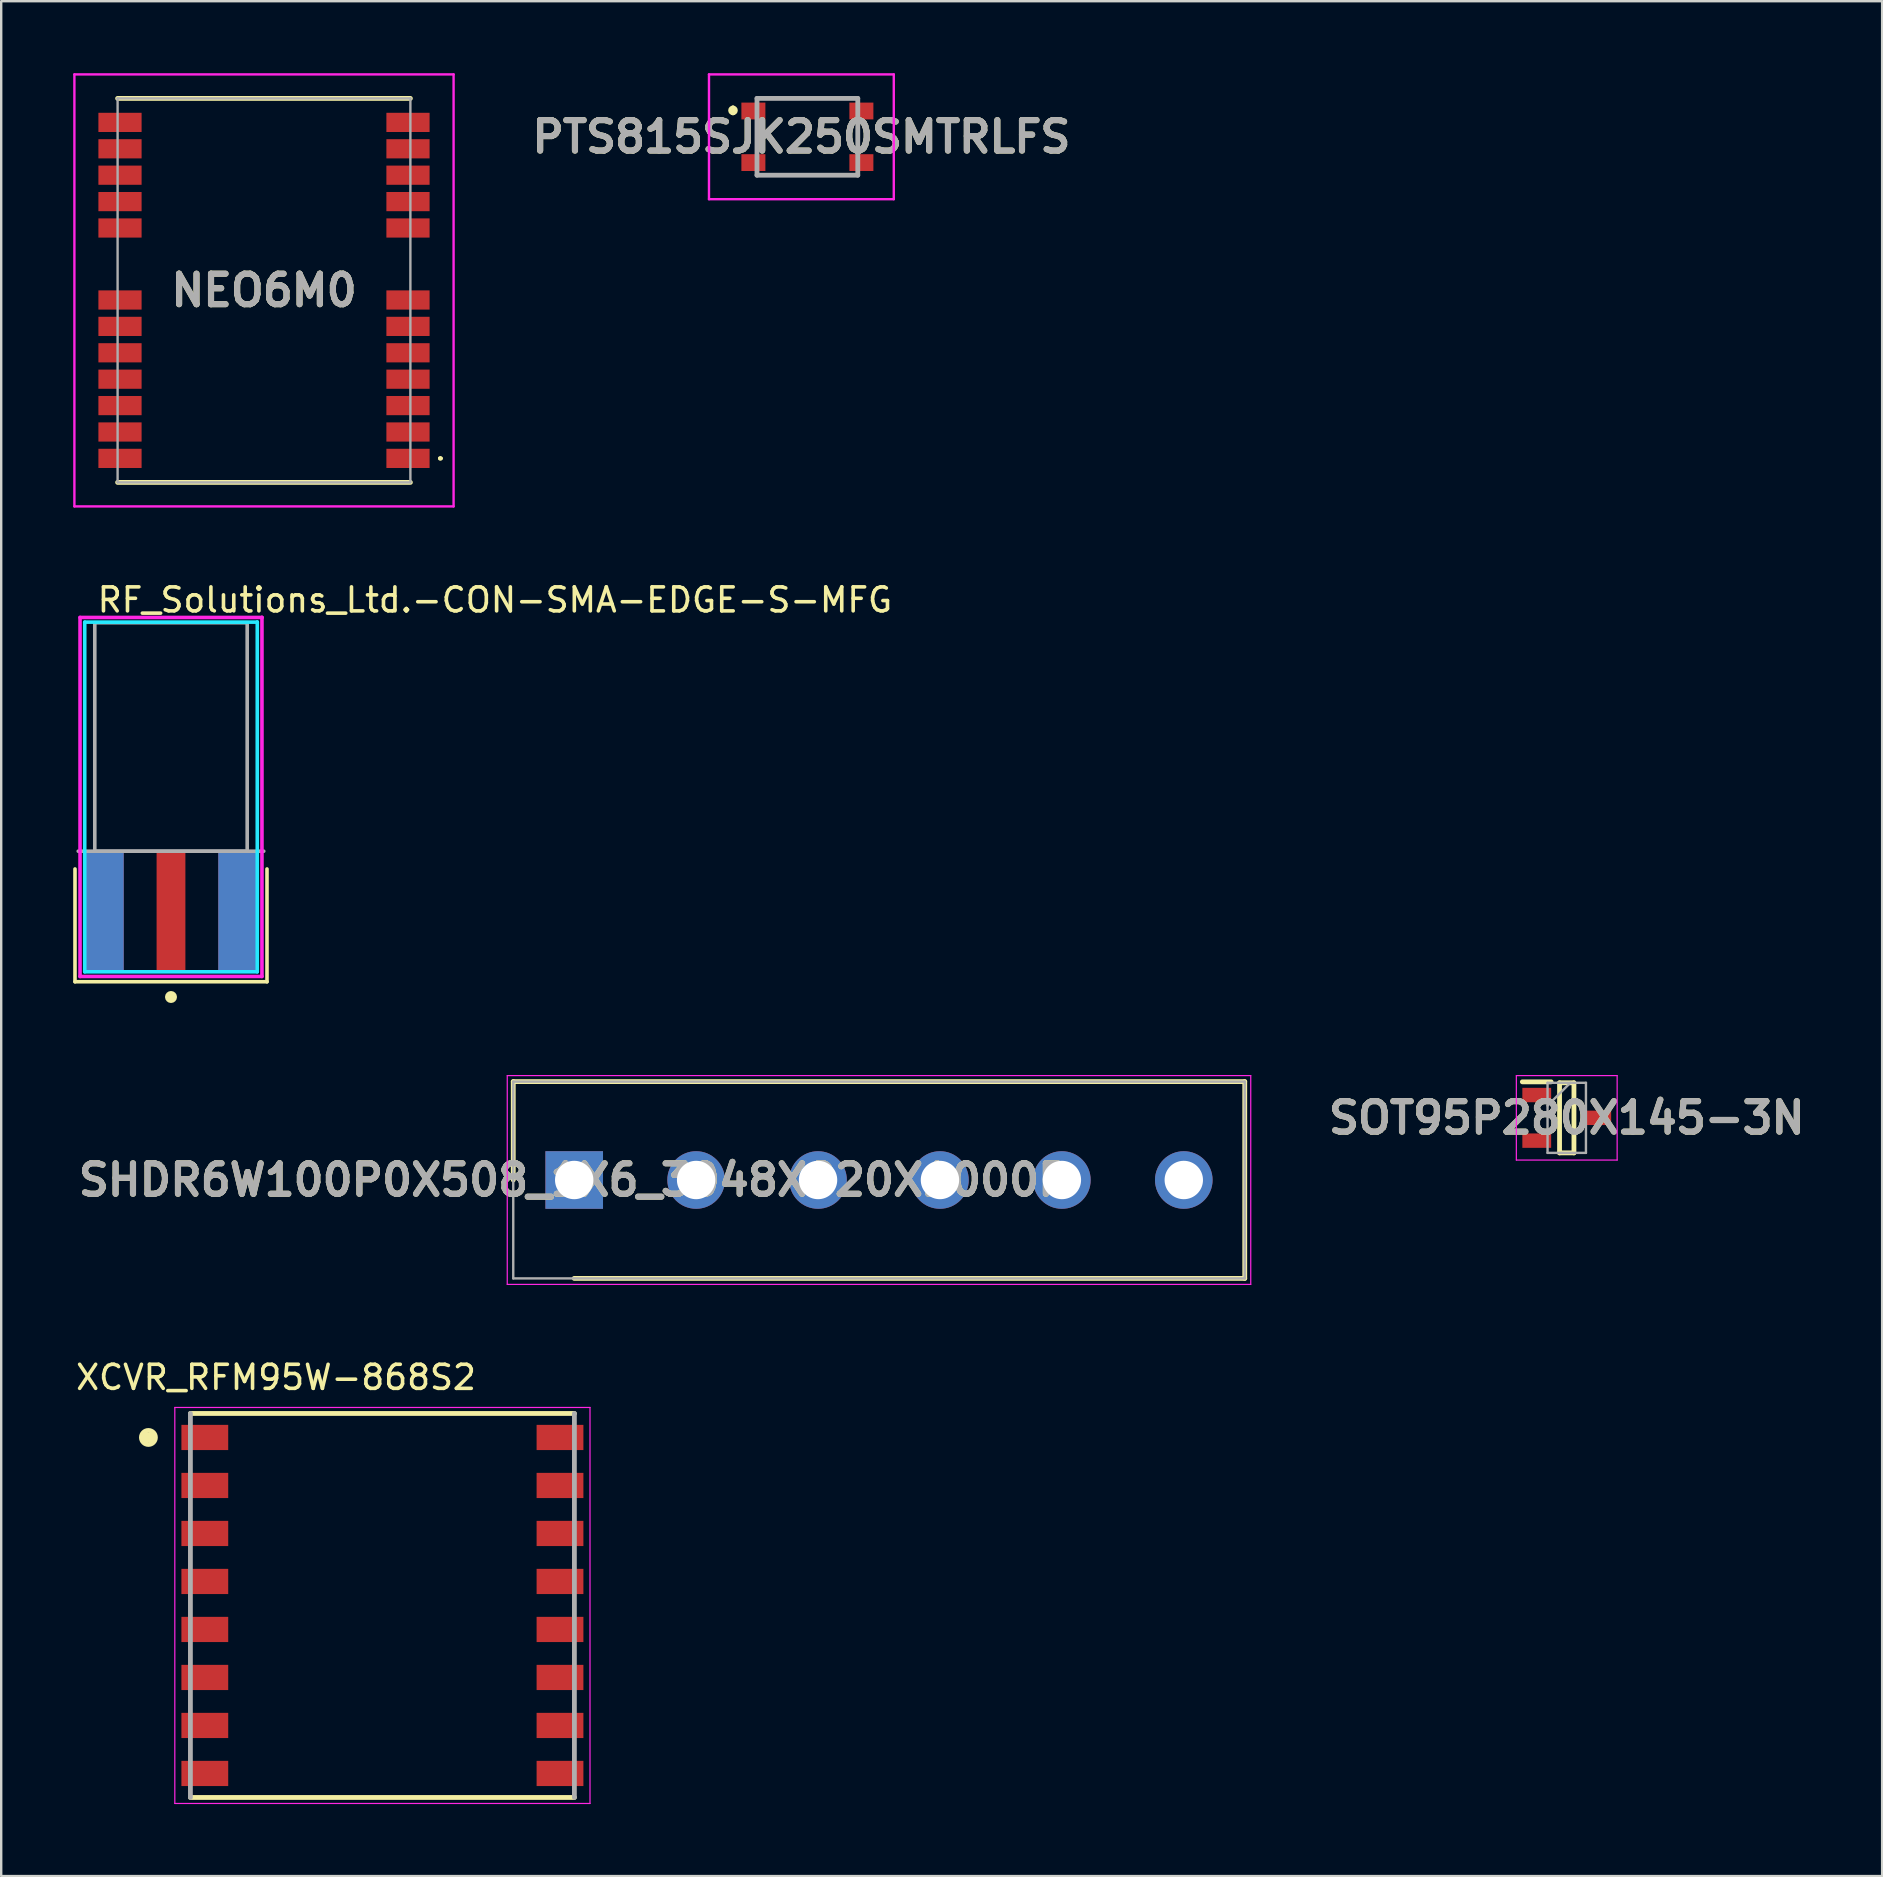
<source format=kicad_pcb>
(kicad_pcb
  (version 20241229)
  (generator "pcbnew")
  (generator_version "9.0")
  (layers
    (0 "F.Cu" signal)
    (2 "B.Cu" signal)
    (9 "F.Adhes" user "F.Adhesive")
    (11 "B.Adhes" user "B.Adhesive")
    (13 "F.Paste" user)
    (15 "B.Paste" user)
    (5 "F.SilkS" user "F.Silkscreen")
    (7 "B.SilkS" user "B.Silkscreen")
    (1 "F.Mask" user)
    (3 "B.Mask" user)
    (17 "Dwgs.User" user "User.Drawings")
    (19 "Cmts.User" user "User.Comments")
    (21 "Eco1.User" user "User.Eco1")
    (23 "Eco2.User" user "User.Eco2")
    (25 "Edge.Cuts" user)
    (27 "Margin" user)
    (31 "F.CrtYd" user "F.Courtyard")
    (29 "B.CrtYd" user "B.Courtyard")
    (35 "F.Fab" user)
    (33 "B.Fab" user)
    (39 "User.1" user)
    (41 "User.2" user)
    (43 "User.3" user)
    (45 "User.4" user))
  (footprint "PTS815SJK250SMTRLFS"
    (layer "F.Cu")
    (at 30.592 2.65)
    (property "Reference" "PTS815SJK250SMTRLFS" (at -0.25 0 0) (layer "F.SilkS") (effects (font (size 1.27 1.27) (thickness 0.254))))
    (attr smd)
    (fp_line (start -3.1 -1.2) (end -3.1 -1.2) (stroke (width 0.2) (type solid)) (layer "F.SilkS"))
    (fp_line (start -3.1 -1) (end -3.1 -1) (stroke (width 0.2) (type solid)) (layer "F.SilkS"))
    (fp_line (start -2.1 -1.6) (end 2.075 -1.6) (stroke (width 0.1) (type solid)) (layer "F.SilkS"))
    (fp_line (start -2.1 1.6) (end 2.075 1.6) (stroke (width 0.1) (type solid)) (layer "F.SilkS"))
    (fp_arc (start -3.1 -1.2) (mid -3 -1.1) (end -3.1 -1) (stroke (width 0.2) (type solid)) (layer "F.SilkS"))
    (fp_arc (start -3.1 -1) (mid -3.2 -1.1) (end -3.1 -1.2) (stroke (width 0.2) (type solid)) (layer "F.SilkS"))
    (fp_line (start -4.1 -2.6) (end 3.6 -2.6) (stroke (width 0.1) (type solid)) (layer "F.CrtYd"))
    (fp_line (start -4.1 2.6) (end -4.1 -2.6) (stroke (width 0.1) (type solid)) (layer "F.CrtYd"))
    (fp_line (start 3.6 -2.6) (end 3.6 2.6) (stroke (width 0.1) (type solid)) (layer "F.CrtYd"))
    (fp_line (start 3.6 2.6) (end -4.1 2.6) (stroke (width 0.1) (type solid)) (layer "F.CrtYd"))
    (fp_line (start -2.1 -1.6) (end 2.1 -1.6) (stroke (width 0.2) (type solid)) (layer "F.Fab"))
    (fp_line (start -2.1 1.6) (end -2.1 -1.6) (stroke (width 0.2) (type solid)) (layer "F.Fab"))
    (fp_line (start 2.1 -1.6) (end 2.1 1.6) (stroke (width 0.2) (type solid)) (layer "F.Fab"))
    (fp_line (start 2.1 1.6) (end -2.1 1.6) (stroke (width 0.2) (type solid)) (layer "F.Fab"))
    (fp_text user "${REFERENCE}" (at -0.25 0 0) (layer "F.Fab") (effects (font (size 1.27 1.27) (thickness 0.254))))
    (pad "1" smd rect (at -2.25 -1.075 90) (size 0.7 1) (layers "F.Cu" "F.Mask" "F.Paste"))
    (pad "2" smd rect (at 2.25 -1.075 90) (size 0.7 1) (layers "F.Cu" "F.Mask" "F.Paste"))
    (pad "3" smd rect (at -2.25 1.075 90) (size 0.7 1) (layers "F.Cu" "F.Mask" "F.Paste"))
    (pad "4" smd rect (at 2.25 1.075 90) (size 0.7 1) (layers "F.Cu" "F.Mask" "F.Paste")))
  (footprint "SHDR6W100P0X508_1X6_3048X820X1000P"
    (layer "F.Cu")
    (at 20.876 46.118)
    (property "Reference" "SHDR6W100P0X508_1X6_3048X820X1000P" (at 0 0 0) (layer "F.SilkS") (effects (font (size 1.27 1.27) (thickness 0.254))))
    (attr through_hole)
    (fp_line (start -2.54 -4.1) (end -2.54 0) (stroke (width 0.2) (type solid)) (layer "F.SilkS"))
    (fp_line (start 0 4.1) (end 27.94 4.1) (stroke (width 0.2) (type solid)) (layer "F.SilkS"))
    (fp_line (start 27.94 -4.1) (end -2.54 -4.1) (stroke (width 0.2) (type solid)) (layer "F.SilkS"))
    (fp_line (start 27.94 4.1) (end 27.94 -4.1) (stroke (width 0.2) (type solid)) (layer "F.SilkS"))
    (fp_line (start -2.79 -4.35) (end 28.19 -4.35) (stroke (width 0.05) (type solid)) (layer "F.CrtYd"))
    (fp_line (start -2.79 4.35) (end -2.79 -4.35) (stroke (width 0.05) (type solid)) (layer "F.CrtYd"))
    (fp_line (start 28.19 -4.35) (end 28.19 4.35) (stroke (width 0.05) (type solid)) (layer "F.CrtYd"))
    (fp_line (start 28.19 4.35) (end -2.79 4.35) (stroke (width 0.05) (type solid)) (layer "F.CrtYd"))
    (fp_line (start -2.54 -4.1) (end 27.94 -4.1) (stroke (width 0.1) (type solid)) (layer "F.Fab"))
    (fp_line (start -2.54 4.1) (end -2.54 -4.1) (stroke (width 0.1) (type solid)) (layer "F.Fab"))
    (fp_line (start 27.94 -4.1) (end 27.94 4.1) (stroke (width 0.1) (type solid)) (layer "F.Fab"))
    (fp_line (start 27.94 4.1) (end -2.54 4.1) (stroke (width 0.1) (type solid)) (layer "F.Fab"))
    (fp_text user "${REFERENCE}" (at 0 0 0) (layer "F.Fab") (effects (font (size 1.27 1.27) (thickness 0.254))))
    (pad "1" thru_hole rect (at 0 0) (size 2.4 2.4) (drill 1.6) (layers "*.Cu" "*.Mask"))
    (pad "2" thru_hole circle (at 5.08 0) (size 2.4 2.4) (drill 1.6) (layers "*.Cu" "*.Mask"))
    (pad "3" thru_hole circle (at 10.16 0) (size 2.4 2.4) (drill 1.6) (layers "*.Cu" "*.Mask"))
    (pad "4" thru_hole circle (at 15.24 0) (size 2.4 2.4) (drill 1.6) (layers "*.Cu" "*.Mask"))
    (pad "5" thru_hole circle (at 20.32 0) (size 2.4 2.4) (drill 1.6) (layers "*.Cu" "*.Mask"))
    (pad "6" thru_hole circle (at 25.4 0) (size 2.4 2.4) (drill 1.6) (layers "*.Cu" "*.Mask")))
  (footprint "XCVR_RFM95W-868S2"
    (layer "F.Cu")
    (at 12.884 63.846)
    (property "Reference" "XCVR_RFM95W-868S2" (at -4.433 -9.503 0) (layer "F.SilkS") (effects (font (size 1.002 1.002) (thickness 0.15))))
    (attr smd)
    (fp_line (start -8 -8) (end 8 -8) (stroke (width 0.2) (type solid)) (layer "F.SilkS"))
    (fp_line (start 8 8) (end -8 8) (stroke (width 0.2) (type solid)) (layer "F.SilkS"))
    (fp_circle (center -9.75 -7) (end -9.458 -7) (stroke (width 0.2) (type solid)) (fill no) (layer "F.SilkS"))
    (fp_poly (pts (xy -10.011 -7.2) (xy -9.5 -7.2) (xy -9.5 -6.808) (xy -10.011 -6.808)) (stroke (width 0.01) (type solid)) (fill yes) (layer "F.SilkS"))
    (fp_line (start -8.65 -8.25) (end 8.65 -8.25) (stroke (width 0.05) (type solid)) (layer "F.CrtYd"))
    (fp_line (start -8.65 8.25) (end -8.65 -8.25) (stroke (width 0.05) (type solid)) (layer "F.CrtYd"))
    (fp_line (start 8.65 -8.25) (end 8.65 8.25) (stroke (width 0.05) (type solid)) (layer "F.CrtYd"))
    (fp_line (start 8.65 8.25) (end -8.65 8.25) (stroke (width 0.05) (type solid)) (layer "F.CrtYd"))
    (fp_line (start -8 8) (end -8 -8) (stroke (width 0.2) (type solid)) (layer "F.Fab"))
    (fp_line (start 8 -8) (end 8 8) (stroke (width 0.2) (type solid)) (layer "F.Fab"))
    (pad "1" smd rect (at -7.4 -7) (size 1.95 1.05) (layers "F.Cu" "F.Mask" "F.Paste"))
    (pad "2" smd rect (at -7.4 -5) (size 1.95 1.05) (layers "F.Cu" "F.Mask" "F.Paste"))
    (pad "3" smd rect (at -7.4 -3) (size 1.95 1.05) (layers "F.Cu" "F.Mask" "F.Paste"))
    (pad "4" smd rect (at -7.4 -1) (size 1.95 1.05) (layers "F.Cu" "F.Mask" "F.Paste"))
    (pad "5" smd rect (at -7.4 1) (size 1.95 1.05) (layers "F.Cu" "F.Mask" "F.Paste"))
    (pad "6" smd rect (at -7.4 3) (size 1.95 1.05) (layers "F.Cu" "F.Mask" "F.Paste"))
    (pad "7" smd rect (at -7.4 5) (size 1.95 1.05) (layers "F.Cu" "F.Mask" "F.Paste"))
    (pad "8" smd rect (at -7.4 7) (size 1.95 1.05) (layers "F.Cu" "F.Mask" "F.Paste"))
    (pad "9" smd rect (at 7.4 7 180) (size 1.95 1.05) (layers "F.Cu" "F.Mask" "F.Paste"))
    (pad "10" smd rect (at 7.4 5 180) (size 1.95 1.05) (layers "F.Cu" "F.Mask" "F.Paste"))
    (pad "11" smd rect (at 7.4 3 180) (size 1.95 1.05) (layers "F.Cu" "F.Mask" "F.Paste"))
    (pad "12" smd rect (at 7.4 1 180) (size 1.95 1.05) (layers "F.Cu" "F.Mask" "F.Paste"))
    (pad "13" smd rect (at 7.4 -1 180) (size 1.95 1.05) (layers "F.Cu" "F.Mask" "F.Paste"))
    (pad "14" smd rect (at 7.4 -3 180) (size 1.95 1.05) (layers "F.Cu" "F.Mask" "F.Paste"))
    (pad "15" smd rect (at 7.4 -5 180) (size 1.95 1.05) (layers "F.Cu" "F.Mask" "F.Paste"))
    (pad "16" smd rect (at 7.4 -7 180) (size 1.95 1.05) (layers "F.Cu" "F.Mask" "F.Paste")))
  (footprint "RF_Solutions_Ltd.-CON-SMA-EDGE-S-MFG"
    (layer "F.Cu")
    (at 4.075 27.658)
    (property "Reference" "RF_Solutions_Ltd.-CON-SMA-EDGE-S-MFG" (at -3.15 -5.71 0) (layer "F.SilkS") (effects (font (size 1 1) (thickness 0.15)) (justify left)))
    (attr through_hole)
    (fp_line (start -4 5.5) (end -4 10.2) (stroke (width 0.15) (type solid)) (layer "F.SilkS"))
    (fp_line (start -4 10.2) (end 4 10.2) (stroke (width 0.15) (type solid)) (layer "F.SilkS"))
    (fp_line (start 4 5.5) (end 4 10.2) (stroke (width 0.15) (type solid)) (layer "F.SilkS"))
    (fp_circle (center 0 10.835) (end 0.125 10.835) (stroke (width 0.25) (type solid)) (fill no) (layer "F.SilkS"))
    (fp_line (start -3.595 -4.785) (end -3.595 9.785) (stroke (width 0.15) (type solid)) (layer "B.CrtYd"))
    (fp_line (start -3.595 9.785) (end 3.595 9.785) (stroke (width 0.15) (type solid)) (layer "B.CrtYd"))
    (fp_line (start 3.595 -4.785) (end -3.595 -4.785) (stroke (width 0.15) (type solid)) (layer "B.CrtYd"))
    (fp_line (start 3.595 -4.785) (end 3.595 -4.785) (stroke (width 0.15) (type solid)) (layer "B.CrtYd"))
    (fp_line (start 3.595 9.785) (end 3.595 -4.785) (stroke (width 0.15) (type solid)) (layer "B.CrtYd"))
    (fp_line (start -3.79 -4.98) (end -3.79 9.98) (stroke (width 0.15) (type solid)) (layer "F.CrtYd"))
    (fp_line (start -3.79 9.98) (end 3.79 9.98) (stroke (width 0.15) (type solid)) (layer "F.CrtYd"))
    (fp_line (start 3.79 -4.98) (end -3.79 -4.98) (stroke (width 0.15) (type solid)) (layer "F.CrtYd"))
    (fp_line (start 3.79 -4.98) (end 3.79 -4.98) (stroke (width 0.15) (type solid)) (layer "F.CrtYd"))
    (fp_line (start 3.79 9.98) (end 3.79 -4.98) (stroke (width 0.15) (type solid)) (layer "F.CrtYd"))
    (fp_line (start -3.175 -4.76) (end 3.175 -4.76) (stroke (width 0.15) (type solid)) (layer "F.Fab"))
    (fp_line (start -3.175 4.76) (end -3.175 -4.76) (stroke (width 0.15) (type solid)) (layer "F.Fab"))
    (fp_line (start 3.175 -4.76) (end 3.175 4.76) (stroke (width 0.15) (type solid)) (layer "F.Fab"))
    (fp_line (start 3.175 4.76) (end -3.175 4.76) (stroke (width 0.15) (type solid)) (layer "F.Fab"))
    (fp_line (start 3.865 4.76) (end -3.865 4.76) (stroke (width 0.15) (type solid)) (layer "F.Fab"))
    (pad "1" smd rect (at 0 7.26) (size 1.2 5) (layers "F.Cu" "F.Mask" "F.Paste"))
    (pad "2" smd rect (at -2.77 7.26) (size 1.6 5) (layers "F.Cu" "F.Mask" "F.Paste"))
    (pad "3" smd rect (at 2.77 7.26) (size 1.6 5) (layers "F.Cu" "F.Mask" "F.Paste"))
    (pad "4" smd rect (at -2.77 7.26) (size 1.6 5) (layers "B.Cu" "B.Mask" "B.Paste"))
    (pad "5" smd rect (at 2.77 7.26) (size 1.6 5) (layers "B.Cu" "B.Mask" "B.Paste")))
  (footprint "SOT95P280X145-3N"
    (layer "F.Cu")
    (at 62.233 43.528)
    (property "Reference" "SOT95P280X145-3N" (at 0 0 0) (layer "F.SilkS") (effects (font (size 1.27 1.27) (thickness 0.254))))
    (attr smd)
    (fp_line (start -1.85 -1.5) (end -0.65 -1.5) (stroke (width 0.2) (type solid)) (layer "F.SilkS"))
    (fp_line (start -0.3 -1.46) (end 0.3 -1.46) (stroke (width 0.2) (type solid)) (layer "F.SilkS"))
    (fp_line (start -0.3 1.46) (end -0.3 -1.46) (stroke (width 0.2) (type solid)) (layer "F.SilkS"))
    (fp_line (start 0.3 -1.46) (end 0.3 1.46) (stroke (width 0.2) (type solid)) (layer "F.SilkS"))
    (fp_line (start 0.3 1.46) (end -0.3 1.46) (stroke (width 0.2) (type solid)) (layer "F.SilkS"))
    (fp_line (start -2.1 -1.76) (end 2.1 -1.76) (stroke (width 0.05) (type solid)) (layer "F.CrtYd"))
    (fp_line (start -2.1 1.76) (end -2.1 -1.76) (stroke (width 0.05) (type solid)) (layer "F.CrtYd"))
    (fp_line (start 2.1 -1.76) (end 2.1 1.76) (stroke (width 0.05) (type solid)) (layer "F.CrtYd"))
    (fp_line (start 2.1 1.76) (end -2.1 1.76) (stroke (width 0.05) (type solid)) (layer "F.CrtYd"))
    (fp_line (start -0.8 -1.46) (end 0.8 -1.46) (stroke (width 0.1) (type solid)) (layer "F.Fab"))
    (fp_line (start -0.8 -0.51) (end 0.15 -1.46) (stroke (width 0.1) (type solid)) (layer "F.Fab"))
    (fp_line (start -0.8 1.46) (end -0.8 -1.46) (stroke (width 0.1) (type solid)) (layer "F.Fab"))
    (fp_line (start 0.8 -1.46) (end 0.8 1.46) (stroke (width 0.1) (type solid)) (layer "F.Fab"))
    (fp_line (start 0.8 1.46) (end -0.8 1.46) (stroke (width 0.1) (type solid)) (layer "F.Fab"))
    (fp_text user "${REFERENCE}" (at 0 0 0) (layer "F.Fab") (effects (font (size 1.27 1.27) (thickness 0.254))))
    (pad "1" smd rect (at -1.25 -0.95 90) (size 0.6 1.2) (layers "F.Cu" "F.Mask" "F.Paste"))
    (pad "2" smd rect (at -1.25 0.95 90) (size 0.6 1.2) (layers "F.Cu" "F.Mask" "F.Paste"))
    (pad "3" smd rect (at 1.25 0 90) (size 0.6 1.2) (layers "F.Cu" "F.Mask" "F.Paste")))
  (footprint "NEO6M0"
    (layer "F.Cu")
    (at 7.95 9.05)
    (property "Reference" "NEO6M0" (at 0 0 0) (layer "F.SilkS") (effects (font (size 1.27 1.27) (thickness 0.254))))
    (attr smd)
    (fp_line (start -6.1 -8) (end 6.1 -8) (stroke (width 0.2) (type solid)) (layer "F.SilkS"))
    (fp_line (start -6.1 8) (end 6.1 8) (stroke (width 0.2) (type solid)) (layer "F.SilkS"))
    (fp_line (start 7.3 7) (end 7.3 7) (stroke (width 0.1) (type solid)) (layer "F.SilkS"))
    (fp_line (start 7.4 7) (end 7.4 7) (stroke (width 0.1) (type solid)) (layer "F.SilkS"))
    (fp_arc (start 7.3 7) (mid 7.35 6.95) (end 7.4 7) (stroke (width 0.1) (type solid)) (layer "F.SilkS"))
    (fp_arc (start 7.4 7) (mid 7.35 7.05) (end 7.3 7) (stroke (width 0.1) (type solid)) (layer "F.SilkS"))
    (fp_line (start -7.9 -9) (end 7.9 -9) (stroke (width 0.1) (type solid)) (layer "F.CrtYd"))
    (fp_line (start -7.9 9) (end -7.9 -9) (stroke (width 0.1) (type solid)) (layer "F.CrtYd"))
    (fp_line (start 7.9 -9) (end 7.9 9) (stroke (width 0.1) (type solid)) (layer "F.CrtYd"))
    (fp_line (start 7.9 9) (end -7.9 9) (stroke (width 0.1) (type solid)) (layer "F.CrtYd"))
    (fp_line (start -6.1 -8) (end 6.1 -8) (stroke (width 0.1) (type solid)) (layer "F.Fab"))
    (fp_line (start -6.1 8) (end -6.1 -8) (stroke (width 0.1) (type solid)) (layer "F.Fab"))
    (fp_line (start 6.1 -8) (end 6.1 8) (stroke (width 0.1) (type solid)) (layer "F.Fab"))
    (fp_line (start 6.1 8) (end -6.1 8) (stroke (width 0.1) (type solid)) (layer "F.Fab"))
    (fp_text user "${REFERENCE}" (at 0 0 0) (layer "F.Fab") (effects (font (size 1.27 1.27) (thickness 0.254))))
    (pad "1" smd rect (at 6 7 90) (size 0.8 1.8) (layers "F.Cu" "F.Mask" "F.Paste"))
    (pad "2" smd rect (at 6 5.9 90) (size 0.8 1.8) (layers "F.Cu" "F.Mask" "F.Paste"))
    (pad "3" smd rect (at 6 4.8 90) (size 0.8 1.8) (layers "F.Cu" "F.Mask" "F.Paste"))
    (pad "4" smd rect (at 6 3.7 90) (size 0.8 1.8) (layers "F.Cu" "F.Mask" "F.Paste"))
    (pad "5" smd rect (at 6 2.6 90) (size 0.8 1.8) (layers "F.Cu" "F.Mask" "F.Paste"))
    (pad "6" smd rect (at 6 1.5 90) (size 0.8 1.8) (layers "F.Cu" "F.Mask" "F.Paste"))
    (pad "7" smd rect (at 6 0.4 90) (size 0.8 1.8) (layers "F.Cu" "F.Mask" "F.Paste"))
    (pad "8" smd rect (at 6 -2.6 90) (size 0.8 1.8) (layers "F.Cu" "F.Mask" "F.Paste"))
    (pad "9" smd rect (at 6 -3.7 90) (size 0.8 1.8) (layers "F.Cu" "F.Mask" "F.Paste"))
    (pad "10" smd rect (at 6 -4.8 90) (size 0.8 1.8) (layers "F.Cu" "F.Mask" "F.Paste"))
    (pad "11" smd rect (at 6 -5.9 90) (size 0.8 1.8) (layers "F.Cu" "F.Mask" "F.Paste"))
    (pad "12" smd rect (at 6 -7 90) (size 0.8 1.8) (layers "F.Cu" "F.Mask" "F.Paste"))
    (pad "13" smd rect (at -6 -7 90) (size 0.8 1.8) (layers "F.Cu" "F.Mask" "F.Paste"))
    (pad "14" smd rect (at -6 -5.9 90) (size 0.8 1.8) (layers "F.Cu" "F.Mask" "F.Paste"))
    (pad "15" smd rect (at -6 -4.8 90) (size 0.8 1.8) (layers "F.Cu" "F.Mask" "F.Paste"))
    (pad "16" smd rect (at -6 -3.7 90) (size 0.8 1.8) (layers "F.Cu" "F.Mask" "F.Paste"))
    (pad "17" smd rect (at -6 -2.6 90) (size 0.8 1.8) (layers "F.Cu" "F.Mask" "F.Paste"))
    (pad "18" smd rect (at -6 0.4 90) (size 0.8 1.8) (layers "F.Cu" "F.Mask" "F.Paste"))
    (pad "19" smd rect (at -6 1.5 90) (size 0.8 1.8) (layers "F.Cu" "F.Mask" "F.Paste"))
    (pad "20" smd rect (at -6 2.6 90) (size 0.8 1.8) (layers "F.Cu" "F.Mask" "F.Paste"))
    (pad "21" smd rect (at -6 3.7 90) (size 0.8 1.8) (layers "F.Cu" "F.Mask" "F.Paste"))
    (pad "22" smd rect (at -6 4.8 90) (size 0.8 1.8) (layers "F.Cu" "F.Mask" "F.Paste"))
    (pad "23" smd rect (at -6 5.9 90) (size 0.8 1.8) (layers "F.Cu" "F.Mask" "F.Paste"))
    (pad "24" smd rect (at -6 7 90) (size 0.8 1.8) (layers "F.Cu" "F.Mask" "F.Paste")))
  (gr_rect
    (start -3 -3)
    (end 75.375 75.121)
    (stroke (width 0.1) (type default))
    (fill no)
    (layer "Edge.Cuts")))
</source>
